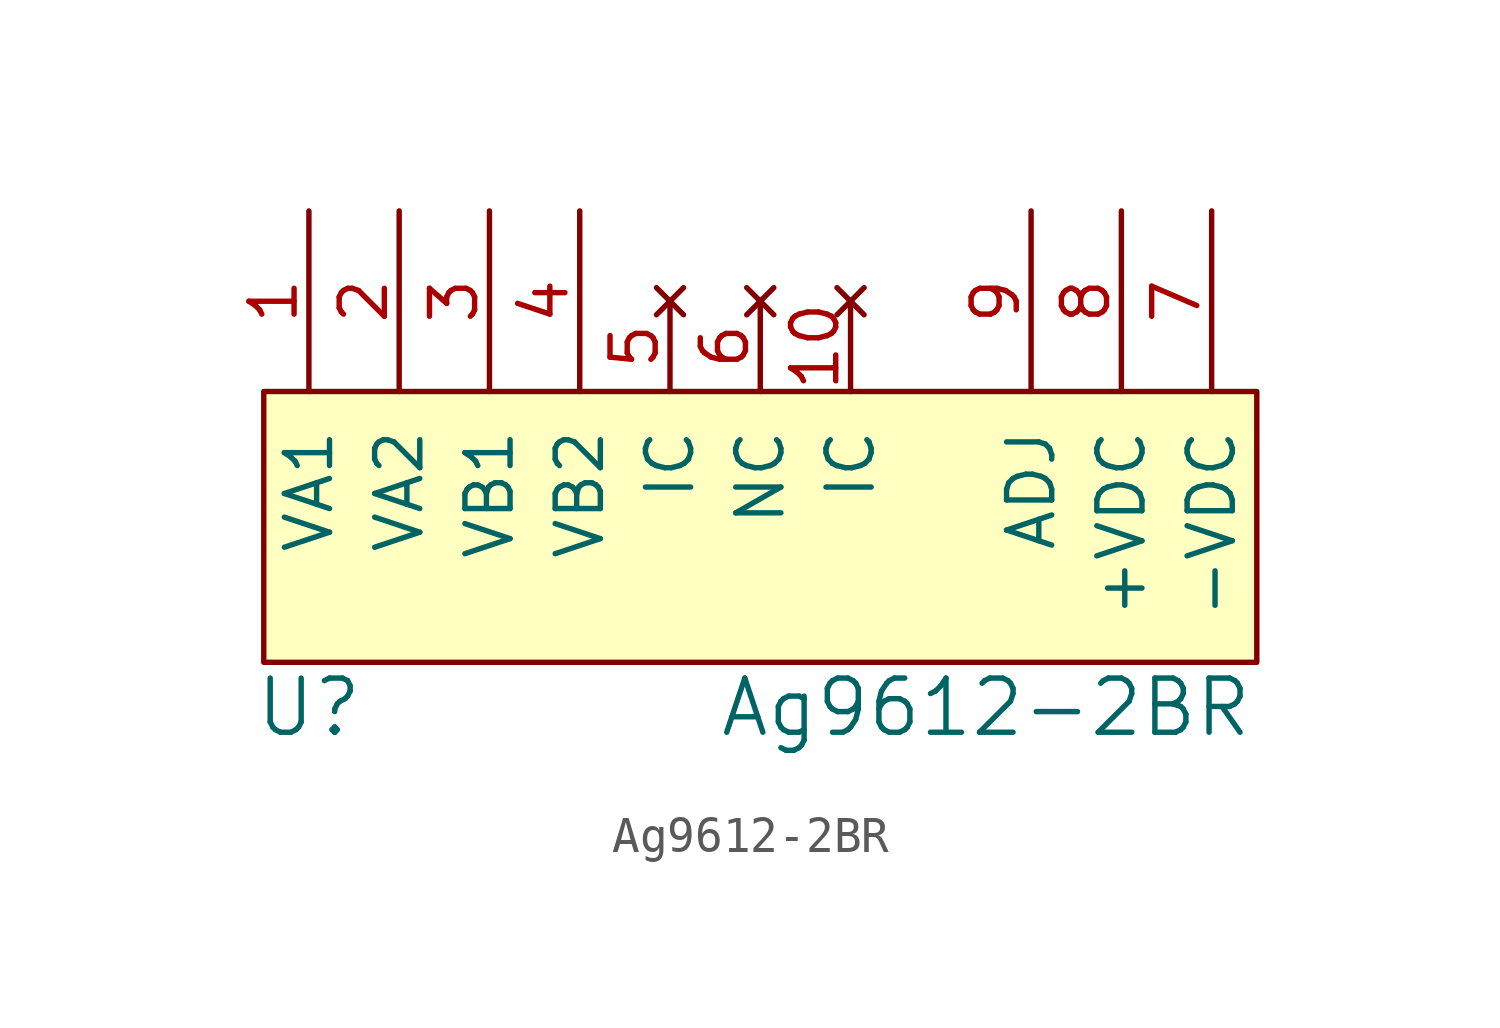
<source format=kicad_sym>
(kicad_symbol_lib
  (version 20211014)
  (generator kicad_symbol_editor)
  (symbol "Ag9612-2BR"
    (pin_names
      (offset 1.016))
    (property "Reference" "U"
      (at -12.7 -6.35 0)
      (effects (font (size 1.524 1.524))))
    (property "Value" "Ag9612-2BR"
      (at 6.35 -6.35 0)
      (effects (font (size 1.524 1.524))))
    (property "Footprint" ""
      (at -5.08 2.54 0)
      (effects (font (size 1.524 1.524))))
    (symbol "Ag9612-2BR_0_1"
      (rectangle (start -13.97 2.54) (end 13.97 -5.08) (stroke (width 0) (type default) (color 0 0 0 0)) (fill (type background))))
    (symbol "Ag9612-2BR_1_1"
      (pin power_in line (at -12.7 7.62 270) (length 5.08) (name "VA1" (effects (font (size 1.27 1.27)))) (number "1" (effects (font (size 1.27 1.27)))))
      (pin no_connect line (at 2.54 5.08 270) (length 2.54) (name "IC" (effects (font (size 1.27 1.27)))) (number "10" (effects (font (size 1.27 1.27)))))
      (pin power_in line (at -10.16 7.62 270) (length 5.08) (name "VA2" (effects (font (size 1.27 1.27)))) (number "2" (effects (font (size 1.27 1.27)))))
      (pin power_in line (at -7.62 7.62 270) (length 5.08) (name "VB1" (effects (font (size 1.27 1.27)))) (number "3" (effects (font (size 1.27 1.27)))))
      (pin power_in line (at -5.08 7.62 270) (length 5.08) (name "VB2" (effects (font (size 1.27 1.27)))) (number "4" (effects (font (size 1.27 1.27)))))
      (pin no_connect line (at -2.54 5.08 270) (length 2.54) (name "IC" (effects (font (size 1.27 1.27)))) (number "5" (effects (font (size 1.27 1.27)))))
      (pin no_connect line (at 0 5.08 270) (length 2.54) (name "NC" (effects (font (size 1.27 1.27)))) (number "6" (effects (font (size 1.27 1.27)))))
      (pin power_out line (at 12.7 7.62 270) (length 5.08) (name "-VDC" (effects (font (size 1.27 1.27)))) (number "7" (effects (font (size 1.27 1.27)))))
      (pin power_out line (at 10.16 7.62 270) (length 5.08) (name "+VDC" (effects (font (size 1.27 1.27)))) (number "8" (effects (font (size 1.27 1.27)))))
      (pin input line (at 7.62 7.62 270) (length 5.08) (name "ADJ" (effects (font (size 1.27 1.27)))) (number "9" (effects (font (size 1.27 1.27))))))))
</source>
